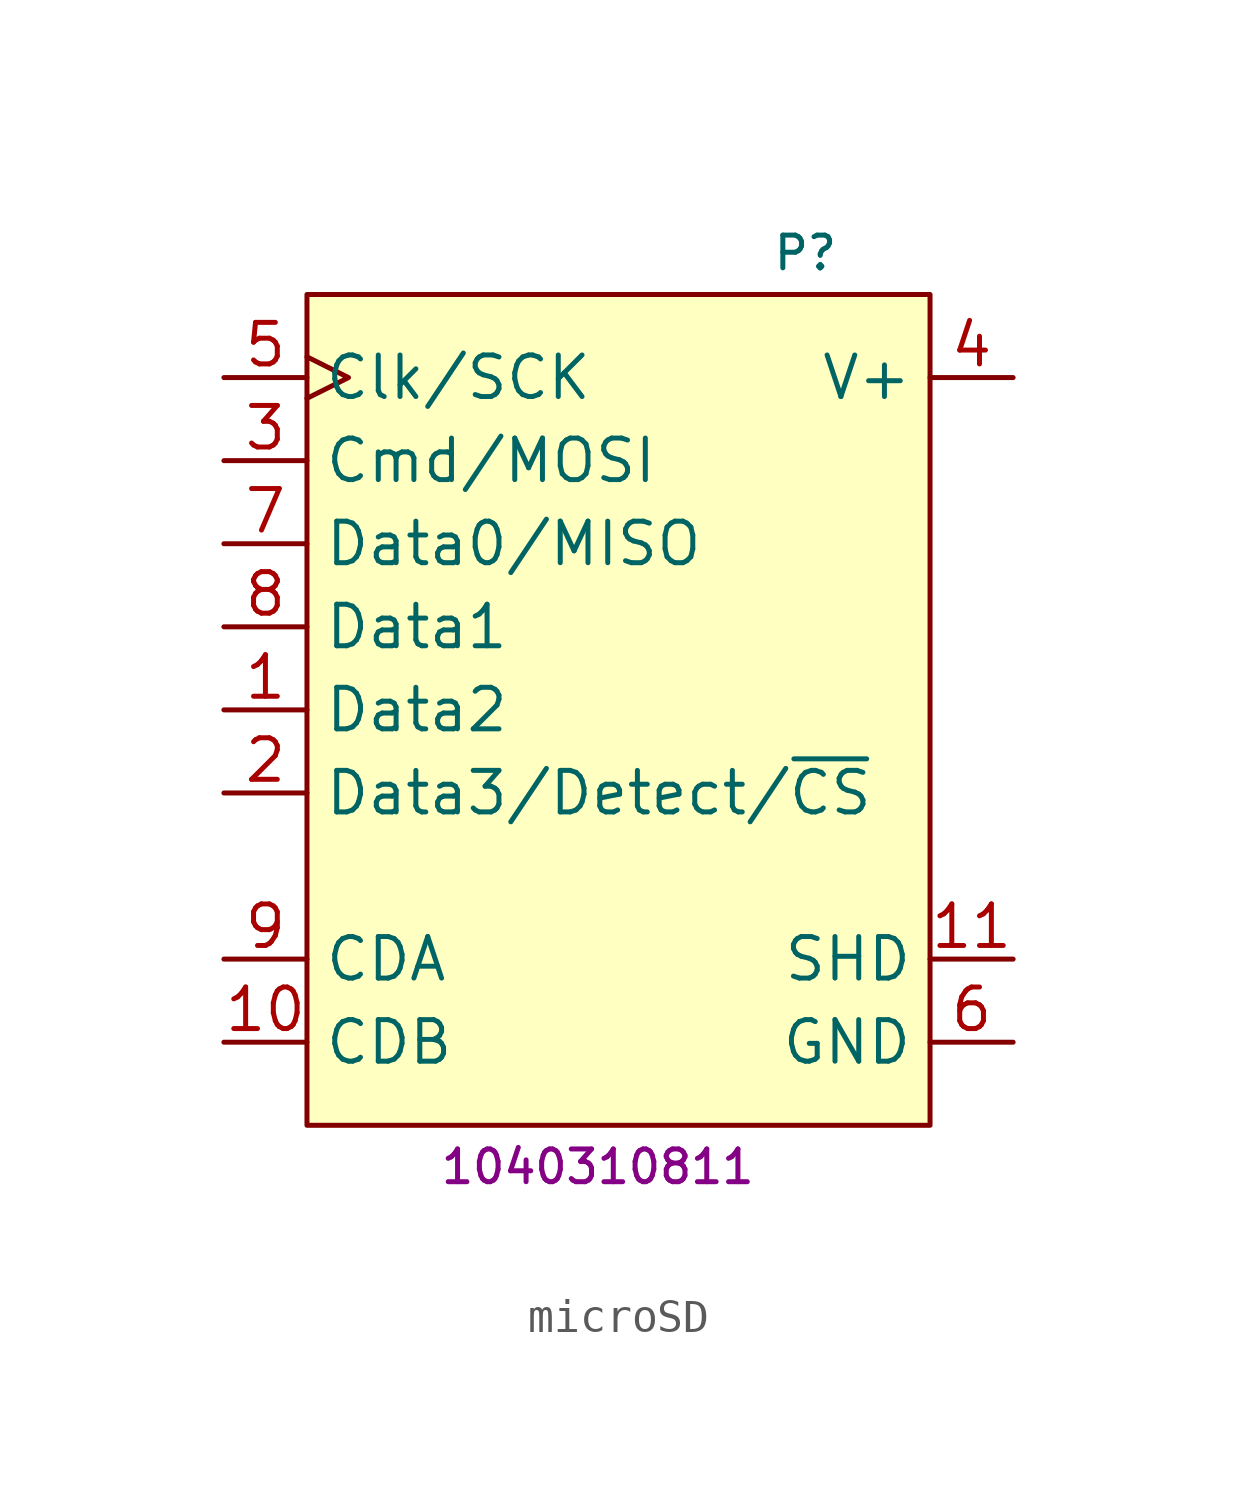
<source format=kicad_sym>
(kicad_symbol_lib
  (version 20231120)
  (generator "kicad_symbol_editor")
  (generator_version "8.0")
  (symbol "microSD"
    (property "Reference" "P"
      (at 6.35 11.43 0)
      (effects (font (size 1 1))))
    (property "MPN" "1040310811"
      (at 0 -16.51 0)
      (effects (font (size 1 1))))
    (symbol "microSD_0_1"
      (rectangle (start -8.89 -15.24) (end 10.16 10.16) (stroke (width 0) (type default)) (fill (type background))))
    (symbol "microSD_1_1"
      (pin bidirectional line (at -11.43 -2.54 0) (length 2.54) (name "Data2" (effects (font (size 1.27 1.27)))) (number "1" (effects (font (size 1.27 1.27)))))
      (pin passive line (at -11.43 -12.7 0) (length 2.54) (name "CDB" (effects (font (size 1.27 1.27)))) (number "10" (effects (font (size 1.27 1.27)))))
      (pin passive line (at 12.7 -10.16 180) (length 2.54) (name "SHD" (effects (font (size 1.27 1.27)))) (number "11" (effects (font (size 1.27 1.27)))))
      (pin bidirectional line (at -11.43 -5.08 0) (length 2.54) (name "Data3/Detect/~{CS}" (effects (font (size 1.27 1.27)))) (number "2" (effects (font (size 1.27 1.27)))))
      (pin bidirectional line (at -11.43 5.08 0) (length 2.54) (name "Cmd/MOSI" (effects (font (size 1.27 1.27)))) (number "3" (effects (font (size 1.27 1.27)))))
      (pin power_in line (at 12.7 7.62 180) (length 2.54) (name "V+" (effects (font (size 1.27 1.27)))) (number "4" (effects (font (size 1.27 1.27)))))
      (pin input clock (at -11.43 7.62 0) (length 2.54) (name "Clk/SCK" (effects (font (size 1.27 1.27)))) (number "5" (effects (font (size 1.27 1.27)))))
      (pin power_in line (at 12.7 -12.7 180) (length 2.54) (name "GND" (effects (font (size 1.27 1.27)))) (number "6" (effects (font (size 1.27 1.27)))))
      (pin bidirectional line (at -11.43 2.54 0) (length 2.54) (name "Data0/MISO" (effects (font (size 1.27 1.27)))) (number "7" (effects (font (size 1.27 1.27)))))
      (pin bidirectional line (at -11.43 0 0) (length 2.54) (name "Data1" (effects (font (size 1.27 1.27)))) (number "8" (effects (font (size 1.27 1.27)))))
      (pin passive line (at -11.43 -10.16 0) (length 2.54) (name "CDA" (effects (font (size 1.27 1.27)))) (number "9" (effects (font (size 1.27 1.27))))))))
</source>
